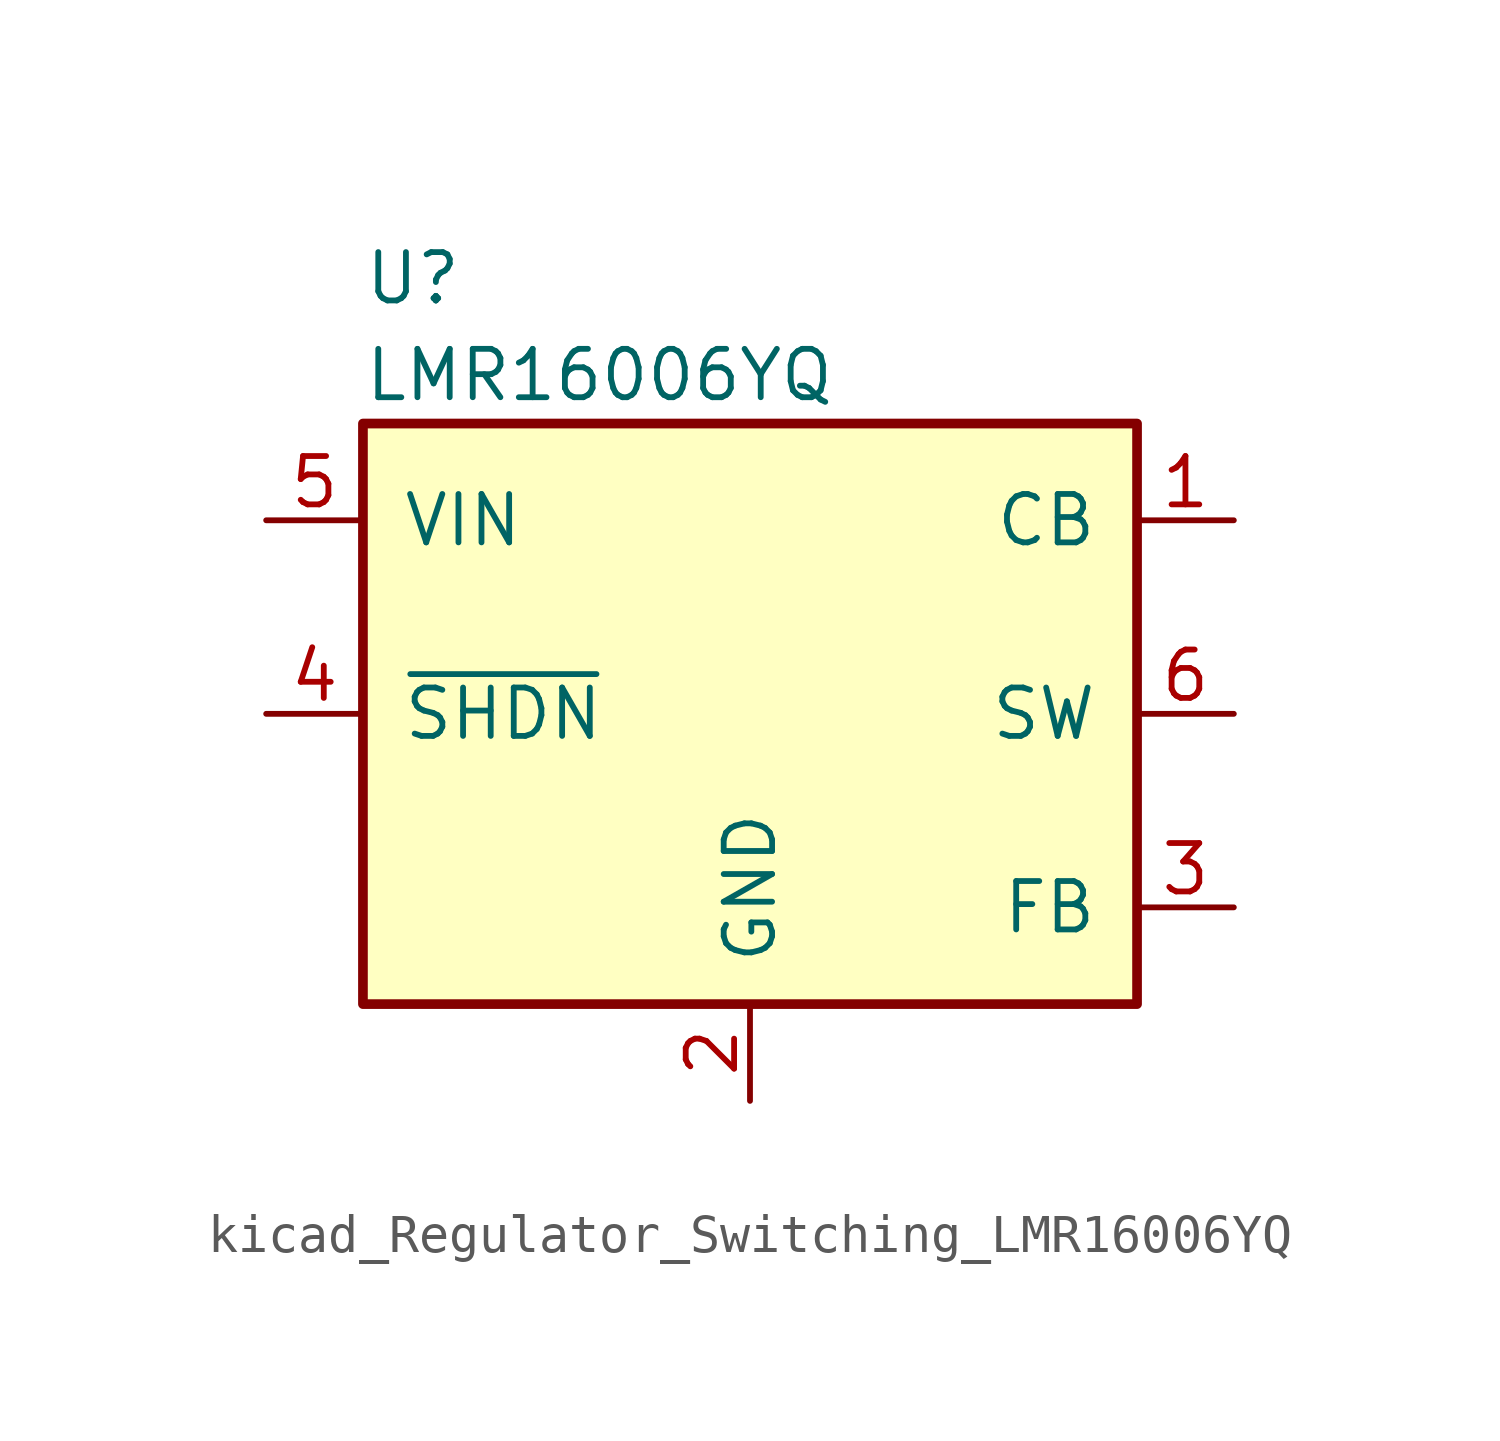
<source format=kicad_sym>
(kicad_symbol_lib
  (version 20220914)
  (generator kicad_symbol_editor)
  (symbol "kicad_Regulator_Switching_LMR16006YQ"
    (pin_names
      (offset 1.016))
    (property "Reference" "U"
      (at -10.16 11.43 0)
      (effects (font (size 1.27 1.27)) (justify left)))
    (property "Value" "LMR16006YQ"
      (at -10.16 8.89 0)
      (effects (font (size 1.27 1.27)) (justify left)))
    (symbol "kicad_Regulator_Switching_LMR16006YQ_0_1"
      (rectangle (start -10.16 7.62) (end 10.16 -7.62) (stroke (width 0.254) (type default)) (fill (type background))))
    (symbol "kicad_Regulator_Switching_LMR16006YQ_1_1"
      (pin input line (at 12.7 5.08 180) (length 2.54) (name "CB" (effects (font (size 1.27 1.27)))) (number "1" (effects (font (size 1.27 1.27)))))
      (pin power_in line (at 0 -10.16 90) (length 2.54) (name "GND" (effects (font (size 1.27 1.27)))) (number "2" (effects (font (size 1.27 1.27)))))
      (pin input line (at 12.7 -5.08 180) (length 2.54) (name "FB" (effects (font (size 1.27 1.27)))) (number "3" (effects (font (size 1.27 1.27)))))
      (pin input line (at -12.7 0 0) (length 2.54) (name "~{SHDN}" (effects (font (size 1.27 1.27)))) (number "4" (effects (font (size 1.27 1.27)))))
      (pin power_in line (at -12.7 5.08 0) (length 2.54) (name "VIN" (effects (font (size 1.27 1.27)))) (number "5" (effects (font (size 1.27 1.27)))))
      (pin output line (at 12.7 0 180) (length 2.54) (name "SW" (effects (font (size 1.27 1.27)))) (number "6" (effects (font (size 1.27 1.27))))))))
</source>
